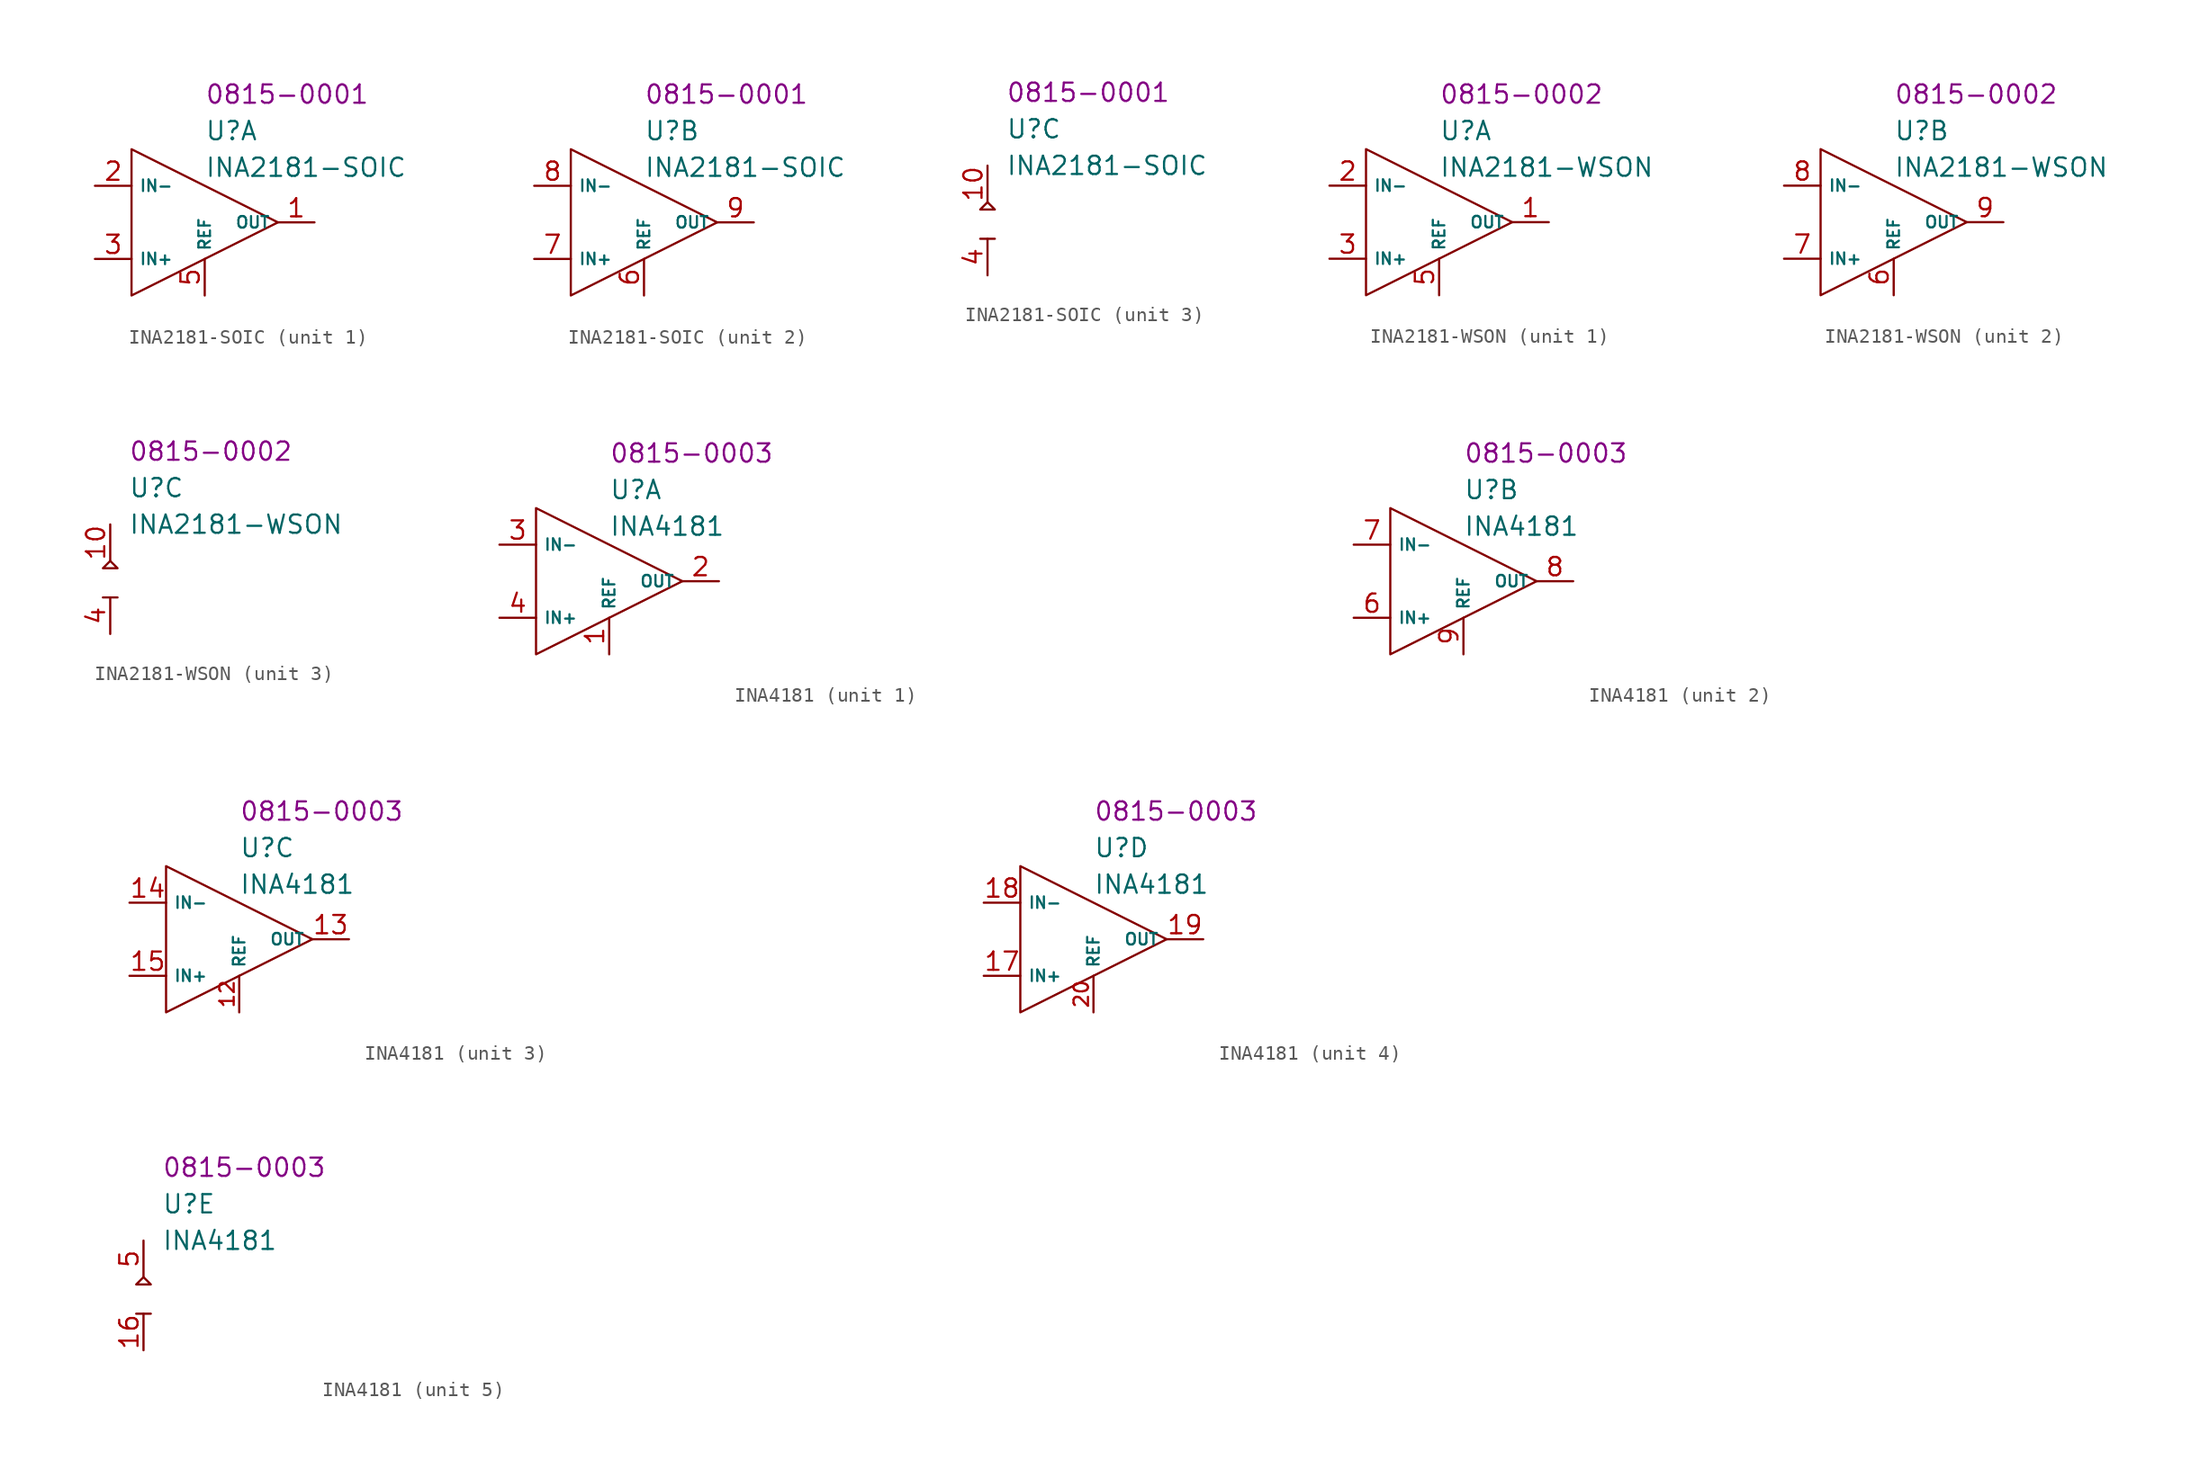
<source format=kicad_sym>
(kicad_symbol_lib
  (version 20220914)
  (generator kicad_symbol_editor)
  (symbol "INA2181-SOIC"
    (property "Reference" "U"
      (at 1.27 6.35 0)
      (effects (font (size 1.27 1.27)) (justify left)))
    (property "Value" "INA2181-SOIC"
      (at 1.27 3.81 0)
      (effects (font (size 1.27 1.27)) (justify left)))
    (property "PartNumber" "0815-0001"
      (at 1.27 8.89 0)
      (effects (font (size 1.27 1.27)) (justify left)))
    (property "ki_locked" ""
      (at 0 0 0)
      (effects (font (size 1.27 1.27))))
    (symbol "INA2181-SOIC_1_0"
      (pin output line (at 8.89 0 180) (length 2.54) (name "OUT" (effects (font (size 0.8 0.8)))) (number "1" (effects (font (size 1.27 1.27)))))
      (pin input line (at -6.35 2.54 0) (length 2.54) (name "IN-" (effects (font (size 0.8 0.8)))) (number "2" (effects (font (size 1.27 1.27)))))
      (pin input line (at -6.35 -2.54 0) (length 2.54) (name "IN+" (effects (font (size 0.8 0.8)))) (number "3" (effects (font (size 1.27 1.27)))))
      (pin power_out line (at 1.27 -5.08 90) (length 2.54) (name "REF" (effects (font (size 0.8 0.8)))) (number "5" (effects (font (size 1.27 1.27))))))
    (symbol "INA2181-SOIC_1_1"
      (polyline (pts (xy -3.81 5.08) (xy -3.81 -5.08) (xy 6.35 0) (xy -3.81 5.08)) (stroke (width 0) (type default)) (fill (type none))))
    (symbol "INA2181-SOIC_2_0"
      (pin power_out line (at 1.27 -5.08 90) (length 2.54) (name "REF" (effects (font (size 0.8 0.8)))) (number "6" (effects (font (size 1.27 1.27)))))
      (pin input line (at -6.35 -2.54 0) (length 2.54) (name "IN+" (effects (font (size 0.8 0.8)))) (number "7" (effects (font (size 1.27 1.27)))))
      (pin input line (at -6.35 2.54 0) (length 2.54) (name "IN-" (effects (font (size 0.8 0.8)))) (number "8" (effects (font (size 1.27 1.27)))))
      (pin output line (at 8.89 0 180) (length 2.54) (name "OUT" (effects (font (size 0.8 0.8)))) (number "9" (effects (font (size 1.27 1.27))))))
    (symbol "INA2181-SOIC_2_1"
      (polyline (pts (xy -3.81 5.08) (xy -3.81 -5.08) (xy 6.35 0) (xy -3.81 5.08)) (stroke (width 0) (type default)) (fill (type none))))
    (symbol "INA2181-SOIC_3_0"
      (pin power_in line (at 0 3.81 270) (length 2.54) (name "~" (effects (font (size 1.27 1.27)))) (number "10" (effects (font (size 1.27 1.27)))))
      (pin power_in line (at 0 -3.81 90) (length 2.54) (name "~" (effects (font (size 1.27 1.27)))) (number "4" (effects (font (size 1.27 1.27))))))
    (symbol "INA2181-SOIC_3_1"
      (polyline (pts (xy -0.508 -1.27) (xy 0.508 -1.27)) (stroke (width 0) (type default)) (fill (type none)))
      (polyline (pts (xy 0 1.27) (xy -0.508 0.762) (xy 0.508 0.762) (xy 0 1.27)) (stroke (width 0) (type default)) (fill (type none)))))
  (symbol "INA2181-WSON"
    (property "Reference" "U"
      (at 1.27 6.35 0)
      (effects (font (size 1.27 1.27)) (justify left)))
    (property "Value" "INA2181-WSON"
      (at 1.27 3.81 0)
      (effects (font (size 1.27 1.27)) (justify left)))
    (property "PartNumber" "0815-0002"
      (at 1.27 8.89 0)
      (effects (font (size 1.27 1.27)) (justify left)))
    (property "ki_locked" ""
      (at 0 0 0)
      (effects (font (size 1.27 1.27))))
    (symbol "INA2181-WSON_1_0"
      (pin output line (at 8.89 0 180) (length 2.54) (name "OUT" (effects (font (size 0.8 0.8)))) (number "1" (effects (font (size 1.27 1.27)))))
      (pin input line (at -6.35 2.54 0) (length 2.54) (name "IN-" (effects (font (size 0.8 0.8)))) (number "2" (effects (font (size 1.27 1.27)))))
      (pin input line (at -6.35 -2.54 0) (length 2.54) (name "IN+" (effects (font (size 0.8 0.8)))) (number "3" (effects (font (size 1.27 1.27)))))
      (pin power_out line (at 1.27 -5.08 90) (length 2.54) (name "REF" (effects (font (size 0.8 0.8)))) (number "5" (effects (font (size 1.27 1.27))))))
    (symbol "INA2181-WSON_1_1"
      (polyline (pts (xy -3.81 5.08) (xy -3.81 -5.08) (xy 6.35 0) (xy -3.81 5.08)) (stroke (width 0) (type default)) (fill (type none))))
    (symbol "INA2181-WSON_2_0"
      (pin power_out line (at 1.27 -5.08 90) (length 2.54) (name "REF" (effects (font (size 0.8 0.8)))) (number "6" (effects (font (size 1.27 1.27)))))
      (pin input line (at -6.35 -2.54 0) (length 2.54) (name "IN+" (effects (font (size 0.8 0.8)))) (number "7" (effects (font (size 1.27 1.27)))))
      (pin input line (at -6.35 2.54 0) (length 2.54) (name "IN-" (effects (font (size 0.8 0.8)))) (number "8" (effects (font (size 1.27 1.27)))))
      (pin output line (at 8.89 0 180) (length 2.54) (name "OUT" (effects (font (size 0.8 0.8)))) (number "9" (effects (font (size 1.27 1.27))))))
    (symbol "INA2181-WSON_2_1"
      (polyline (pts (xy -3.81 5.08) (xy -3.81 -5.08) (xy 6.35 0) (xy -3.81 5.08)) (stroke (width 0) (type default)) (fill (type none))))
    (symbol "INA2181-WSON_3_0"
      (pin power_in line (at 0 3.81 270) (length 2.54) (name "~" (effects (font (size 1.27 1.27)))) (number "10" (effects (font (size 1.27 1.27)))))
      (pin power_in line (at 0 -3.81 90) (length 2.54) (name "~" (effects (font (size 1.27 1.27)))) (number "4" (effects (font (size 1.27 1.27))))))
    (symbol "INA2181-WSON_3_1"
      (polyline (pts (xy -0.508 -1.27) (xy 0.508 -1.27)) (stroke (width 0) (type default)) (fill (type none)))
      (polyline (pts (xy 0 1.27) (xy -0.508 0.762) (xy 0.508 0.762) (xy 0 1.27)) (stroke (width 0) (type default)) (fill (type none)))))
  (symbol "INA4181"
    (property "Reference" "U"
      (at 1.27 6.35 0)
      (effects (font (size 1.27 1.27)) (justify left)))
    (property "Value" "INA4181"
      (at 1.27 3.81 0)
      (effects (font (size 1.27 1.27)) (justify left)))
    (property "PartNumber" "0815-0003"
      (at 1.27 8.89 0)
      (effects (font (size 1.27 1.27)) (justify left)))
    (property "ki_locked" ""
      (at 0 0 0)
      (effects (font (size 1.27 1.27))))
    (symbol "INA4181_0_0"
      (pin no_connect line (at 36.83 8.89 270) (length 2.54) hide (name "NC" (effects (font (size 1.27 1.27)))) (number "10" (effects (font (size 1.27 1.27)))))
      (pin no_connect line (at 39.37 8.89 270) (length 2.54) hide (name "NC" (effects (font (size 1.27 1.27)))) (number "11" (effects (font (size 1.27 1.27))))))
    (symbol "INA4181_1_0"
      (pin power_out line (at 1.27 -5.08 90) (length 2.54) (name "REF" (effects (font (size 0.8 0.8)))) (number "1" (effects (font (size 1.27 1.27)))))
      (pin output line (at 8.89 0 180) (length 2.54) (name "OUT" (effects (font (size 0.8 0.8)))) (number "2" (effects (font (size 1.27 1.27)))))
      (pin input line (at -6.35 2.54 0) (length 2.54) (name "IN-" (effects (font (size 0.8 0.8)))) (number "3" (effects (font (size 1.27 1.27)))))
      (pin input line (at -6.35 -2.54 0) (length 2.54) (name "IN+" (effects (font (size 0.8 0.8)))) (number "4" (effects (font (size 1.27 1.27))))))
    (symbol "INA4181_1_1"
      (polyline (pts (xy -3.81 5.08) (xy -3.81 -5.08) (xy 6.35 0) (xy -3.81 5.08)) (stroke (width 0) (type default)) (fill (type none))))
    (symbol "INA4181_2_0"
      (pin input line (at -6.35 -2.54 0) (length 2.54) (name "IN+" (effects (font (size 0.8 0.8)))) (number "6" (effects (font (size 1.27 1.27)))))
      (pin input line (at -6.35 2.54 0) (length 2.54) (name "IN-" (effects (font (size 0.8 0.8)))) (number "7" (effects (font (size 1.27 1.27)))))
      (pin output line (at 8.89 0 180) (length 2.54) (name "OUT" (effects (font (size 0.8 0.8)))) (number "8" (effects (font (size 1.27 1.27)))))
      (pin power_out line (at 1.27 -5.08 90) (length 2.54) (name "REF" (effects (font (size 0.8 0.8)))) (number "9" (effects (font (size 1.27 1.27))))))
    (symbol "INA4181_2_1"
      (polyline (pts (xy -3.81 5.08) (xy -3.81 -5.08) (xy 6.35 0) (xy -3.81 5.08)) (stroke (width 0) (type default)) (fill (type none))))
    (symbol "INA4181_3_0"
      (pin power_out line (at 1.27 -5.08 90) (length 2.54) (name "REF" (effects (font (size 0.8 0.8)))) (number "12" (effects (font (size 1 1)))))
      (pin output line (at 8.89 0 180) (length 2.54) (name "OUT" (effects (font (size 0.8 0.8)))) (number "13" (effects (font (size 1.27 1.27)))))
      (pin input line (at -6.35 2.54 0) (length 2.54) (name "IN-" (effects (font (size 0.8 0.8)))) (number "14" (effects (font (size 1.27 1.27)))))
      (pin input line (at -6.35 -2.54 0) (length 2.54) (name "IN+" (effects (font (size 0.8 0.8)))) (number "15" (effects (font (size 1.27 1.27))))))
    (symbol "INA4181_3_1"
      (polyline (pts (xy -3.81 5.08) (xy -3.81 -5.08) (xy 6.35 0) (xy -3.81 5.08)) (stroke (width 0) (type default)) (fill (type none))))
    (symbol "INA4181_4_0"
      (pin input line (at -6.35 -2.54 0) (length 2.54) (name "IN+" (effects (font (size 0.8 0.8)))) (number "17" (effects (font (size 1.27 1.27)))))
      (pin input line (at -6.35 2.54 0) (length 2.54) (name "IN-" (effects (font (size 0.8 0.8)))) (number "18" (effects (font (size 1.27 1.27)))))
      (pin output line (at 8.89 0 180) (length 2.54) (name "OUT" (effects (font (size 0.8 0.8)))) (number "19" (effects (font (size 1.27 1.27)))))
      (pin power_out line (at 1.27 -5.08 90) (length 2.54) (name "REF" (effects (font (size 0.8 0.8)))) (number "20" (effects (font (size 1 1))))))
    (symbol "INA4181_4_1"
      (polyline (pts (xy -3.81 5.08) (xy -3.81 -5.08) (xy 6.35 0) (xy -3.81 5.08)) (stroke (width 0) (type default)) (fill (type none))))
    (symbol "INA4181_5_0"
      (pin power_in line (at 0 -3.81 90) (length 2.54) (name "~" (effects (font (size 1.27 1.27)))) (number "16" (effects (font (size 1.27 1.27)))))
      (pin power_in line (at 0 3.81 270) (length 2.54) (name "~" (effects (font (size 1.27 1.27)))) (number "5" (effects (font (size 1.27 1.27))))))
    (symbol "INA4181_5_1"
      (polyline (pts (xy -0.508 -1.27) (xy 0.508 -1.27)) (stroke (width 0) (type default)) (fill (type none)))
      (polyline (pts (xy 0 1.27) (xy -0.508 0.762) (xy 0.508 0.762) (xy 0 1.27)) (stroke (width 0) (type default)) (fill (type none))))))
</source>
